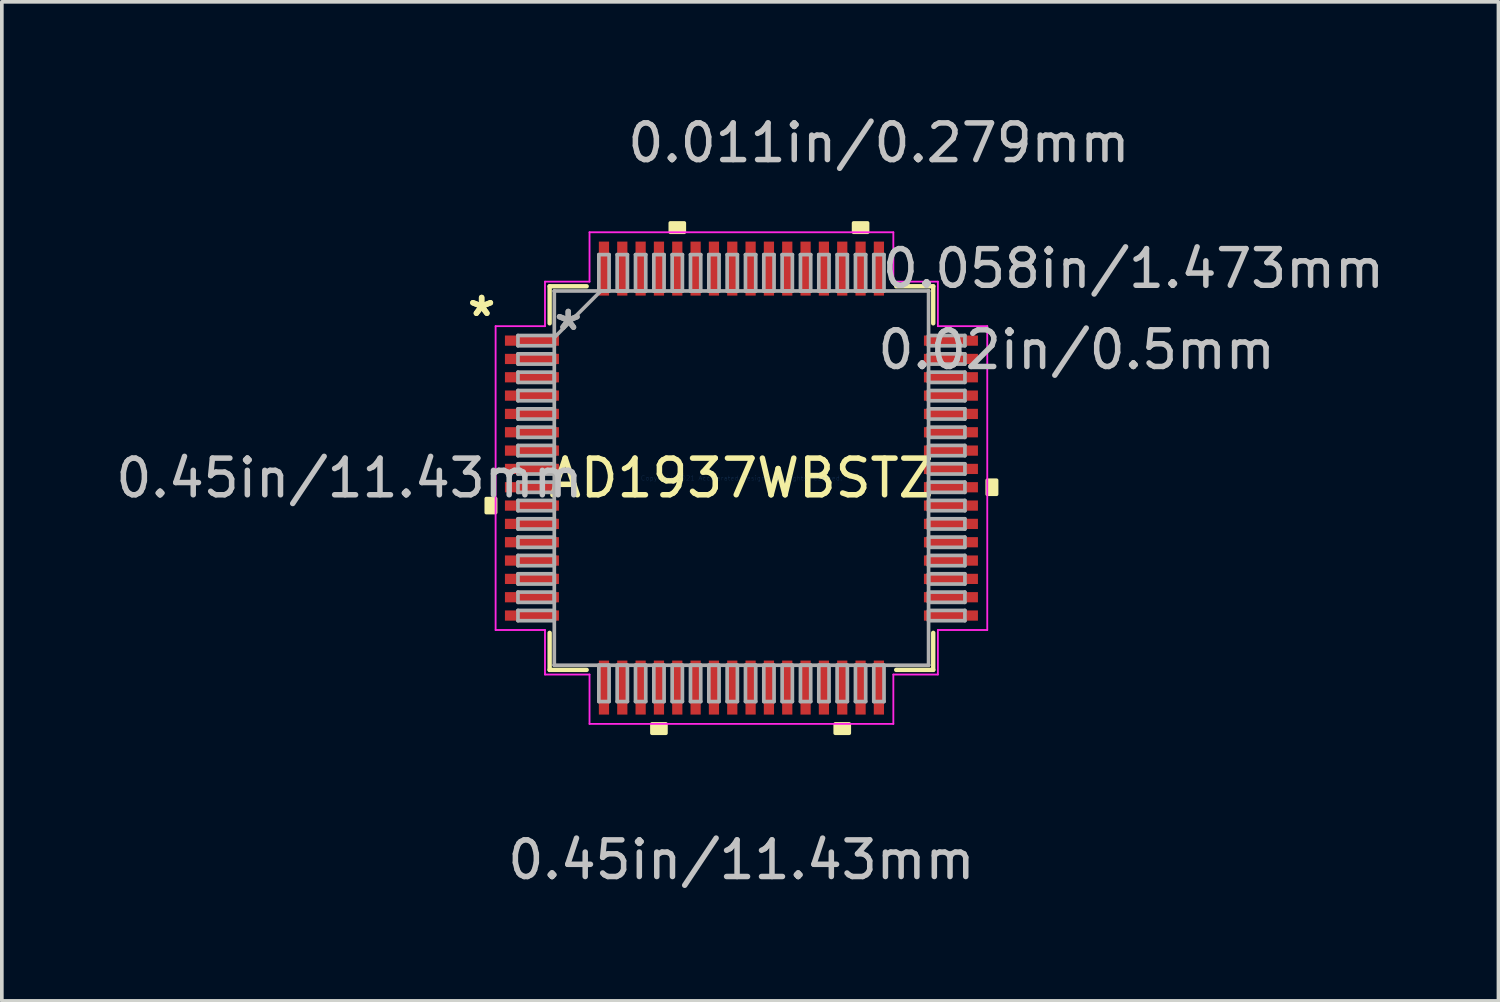
<source format=kicad_pcb>
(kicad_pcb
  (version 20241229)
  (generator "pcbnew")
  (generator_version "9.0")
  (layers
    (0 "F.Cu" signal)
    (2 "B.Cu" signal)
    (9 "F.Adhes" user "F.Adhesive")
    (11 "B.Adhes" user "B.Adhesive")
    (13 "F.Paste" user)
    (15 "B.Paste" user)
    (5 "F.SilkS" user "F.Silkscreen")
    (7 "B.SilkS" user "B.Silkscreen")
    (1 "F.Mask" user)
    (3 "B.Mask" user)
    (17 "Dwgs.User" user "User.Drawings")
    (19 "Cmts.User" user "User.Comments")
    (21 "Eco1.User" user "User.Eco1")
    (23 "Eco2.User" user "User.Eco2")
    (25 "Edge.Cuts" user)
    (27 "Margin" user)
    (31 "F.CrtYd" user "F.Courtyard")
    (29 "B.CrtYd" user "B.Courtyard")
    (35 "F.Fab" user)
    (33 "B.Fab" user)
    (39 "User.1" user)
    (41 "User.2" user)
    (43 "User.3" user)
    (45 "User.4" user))
  (footprint "AD1937WBSTZ"
    (layer "F.Cu")
    (at 17.176 9.992)
    (property "Reference" "AD1937WBSTZ" (at 0 0 0) (layer "F.SilkS") (effects (font (size 1 1) (thickness 0.15))))
    (attr through_hole)
    (fp_line (start -5.232 -5.232) (end -5.232 -4.222) (stroke (width 0.12) (type solid)) (layer "F.SilkS"))
    (fp_line (start -5.232 4.222) (end -5.232 5.232) (stroke (width 0.12) (type solid)) (layer "F.SilkS"))
    (fp_line (start -5.232 5.232) (end -4.222 5.232) (stroke (width 0.12) (type solid)) (layer "F.SilkS"))
    (fp_line (start -4.222 -5.232) (end -5.232 -5.232) (stroke (width 0.12) (type solid)) (layer "F.SilkS"))
    (fp_line (start 4.222 5.232) (end 5.232 5.232) (stroke (width 0.12) (type solid)) (layer "F.SilkS"))
    (fp_line (start 5.232 -5.232) (end 4.222 -5.232) (stroke (width 0.12) (type solid)) (layer "F.SilkS"))
    (fp_line (start 5.232 -4.222) (end 5.232 -5.232) (stroke (width 0.12) (type solid)) (layer "F.SilkS"))
    (fp_line (start 5.232 5.232) (end 5.232 4.222) (stroke (width 0.12) (type solid)) (layer "F.SilkS"))
    (fp_poly (pts (xy -6.96 0.56) (xy -6.96 0.941) (xy -6.706 0.941) (xy -6.706 0.56)) (stroke (width 0.1) (type solid)) (fill yes) (layer "F.SilkS"))
    (fp_poly (pts (xy -2.441 6.706) (xy -2.441 6.96) (xy -2.06 6.96) (xy -2.06 6.706)) (stroke (width 0.1) (type solid)) (fill yes) (layer "F.SilkS"))
    (fp_poly (pts (xy -1.94 -6.706) (xy -1.94 -6.96) (xy -1.559 -6.96) (xy -1.559 -6.706)) (stroke (width 0.1) (type solid)) (fill yes) (layer "F.SilkS"))
    (fp_poly (pts (xy 2.559 6.706) (xy 2.559 6.96) (xy 2.941 6.96) (xy 2.941 6.706)) (stroke (width 0.1) (type solid)) (fill yes) (layer "F.SilkS"))
    (fp_poly (pts (xy 3.06 -6.706) (xy 3.06 -6.96) (xy 3.441 -6.96) (xy 3.441 -6.706)) (stroke (width 0.1) (type solid)) (fill yes) (layer "F.SilkS"))
    (fp_poly (pts (xy 6.96 0.059) (xy 6.96 0.441) (xy 6.706 0.441) (xy 6.706 0.059)) (stroke (width 0.1) (type solid)) (fill yes) (layer "F.SilkS"))
    (fp_line (start -6.706 -4.144) (end -5.359 -4.144) (stroke (width 0.05) (type solid)) (layer "F.CrtYd"))
    (fp_line (start -6.706 4.144) (end -6.706 -4.144) (stroke (width 0.05) (type solid)) (layer "F.CrtYd"))
    (fp_line (start -5.359 -5.359) (end -4.144 -5.359) (stroke (width 0.05) (type solid)) (layer "F.CrtYd"))
    (fp_line (start -5.359 -4.144) (end -5.359 -5.359) (stroke (width 0.05) (type solid)) (layer "F.CrtYd"))
    (fp_line (start -5.359 4.144) (end -6.706 4.144) (stroke (width 0.05) (type solid)) (layer "F.CrtYd"))
    (fp_line (start -5.359 5.359) (end -5.359 4.144) (stroke (width 0.05) (type solid)) (layer "F.CrtYd"))
    (fp_line (start -4.144 -6.706) (end 4.144 -6.706) (stroke (width 0.05) (type solid)) (layer "F.CrtYd"))
    (fp_line (start -4.144 -5.359) (end -4.144 -6.706) (stroke (width 0.05) (type solid)) (layer "F.CrtYd"))
    (fp_line (start -4.144 5.359) (end -5.359 5.359) (stroke (width 0.05) (type solid)) (layer "F.CrtYd"))
    (fp_line (start -4.144 6.706) (end -4.144 5.359) (stroke (width 0.05) (type solid)) (layer "F.CrtYd"))
    (fp_line (start 4.144 -6.706) (end 4.144 -5.359) (stroke (width 0.05) (type solid)) (layer "F.CrtYd"))
    (fp_line (start 4.144 -5.359) (end 5.359 -5.359) (stroke (width 0.05) (type solid)) (layer "F.CrtYd"))
    (fp_line (start 4.144 5.359) (end 4.144 6.706) (stroke (width 0.05) (type solid)) (layer "F.CrtYd"))
    (fp_line (start 4.144 6.706) (end -4.144 6.706) (stroke (width 0.05) (type solid)) (layer "F.CrtYd"))
    (fp_line (start 5.359 -5.359) (end 5.359 -4.144) (stroke (width 0.05) (type solid)) (layer "F.CrtYd"))
    (fp_line (start 5.359 -4.144) (end 6.706 -4.144) (stroke (width 0.05) (type solid)) (layer "F.CrtYd"))
    (fp_line (start 5.359 4.144) (end 5.359 5.359) (stroke (width 0.05) (type solid)) (layer "F.CrtYd"))
    (fp_line (start 5.359 5.359) (end 4.144 5.359) (stroke (width 0.05) (type solid)) (layer "F.CrtYd"))
    (fp_line (start 6.706 -4.144) (end 6.706 4.144) (stroke (width 0.05) (type solid)) (layer "F.CrtYd"))
    (fp_line (start 6.706 4.144) (end 5.359 4.144) (stroke (width 0.05) (type solid)) (layer "F.CrtYd"))
    (fp_line (start -6.096 -3.89) (end -6.096 -3.61) (stroke (width 0.1) (type solid)) (layer "F.Fab"))
    (fp_line (start -6.096 -3.61) (end -5.105 -3.61) (stroke (width 0.1) (type solid)) (layer "F.Fab"))
    (fp_line (start -6.096 -3.39) (end -6.096 -3.11) (stroke (width 0.1) (type solid)) (layer "F.Fab"))
    (fp_line (start -6.096 -3.11) (end -5.105 -3.11) (stroke (width 0.1) (type solid)) (layer "F.Fab"))
    (fp_line (start -6.096 -2.89) (end -6.096 -2.61) (stroke (width 0.1) (type solid)) (layer "F.Fab"))
    (fp_line (start -6.096 -2.61) (end -5.105 -2.61) (stroke (width 0.1) (type solid)) (layer "F.Fab"))
    (fp_line (start -6.096 -2.39) (end -6.096 -2.11) (stroke (width 0.1) (type solid)) (layer "F.Fab"))
    (fp_line (start -6.096 -2.11) (end -5.105 -2.11) (stroke (width 0.1) (type solid)) (layer "F.Fab"))
    (fp_line (start -6.096 -1.89) (end -6.096 -1.61) (stroke (width 0.1) (type solid)) (layer "F.Fab"))
    (fp_line (start -6.096 -1.61) (end -5.105 -1.61) (stroke (width 0.1) (type solid)) (layer "F.Fab"))
    (fp_line (start -6.096 -1.39) (end -6.096 -1.11) (stroke (width 0.1) (type solid)) (layer "F.Fab"))
    (fp_line (start -6.096 -1.11) (end -5.105 -1.11) (stroke (width 0.1) (type solid)) (layer "F.Fab"))
    (fp_line (start -6.096 -0.89) (end -6.096 -0.61) (stroke (width 0.1) (type solid)) (layer "F.Fab"))
    (fp_line (start -6.096 -0.61) (end -5.105 -0.61) (stroke (width 0.1) (type solid)) (layer "F.Fab"))
    (fp_line (start -6.096 -0.39) (end -6.096 -0.11) (stroke (width 0.1) (type solid)) (layer "F.Fab"))
    (fp_line (start -6.096 -0.11) (end -5.105 -0.11) (stroke (width 0.1) (type solid)) (layer "F.Fab"))
    (fp_line (start -6.096 0.11) (end -6.096 0.39) (stroke (width 0.1) (type solid)) (layer "F.Fab"))
    (fp_line (start -6.096 0.39) (end -5.105 0.39) (stroke (width 0.1) (type solid)) (layer "F.Fab"))
    (fp_line (start -6.096 0.61) (end -6.096 0.89) (stroke (width 0.1) (type solid)) (layer "F.Fab"))
    (fp_line (start -6.096 0.89) (end -5.105 0.89) (stroke (width 0.1) (type solid)) (layer "F.Fab"))
    (fp_line (start -6.096 1.11) (end -6.096 1.39) (stroke (width 0.1) (type solid)) (layer "F.Fab"))
    (fp_line (start -6.096 1.39) (end -5.105 1.39) (stroke (width 0.1) (type solid)) (layer "F.Fab"))
    (fp_line (start -6.096 1.61) (end -6.096 1.89) (stroke (width 0.1) (type solid)) (layer "F.Fab"))
    (fp_line (start -6.096 1.89) (end -5.105 1.89) (stroke (width 0.1) (type solid)) (layer "F.Fab"))
    (fp_line (start -6.096 2.11) (end -6.096 2.39) (stroke (width 0.1) (type solid)) (layer "F.Fab"))
    (fp_line (start -6.096 2.39) (end -5.105 2.39) (stroke (width 0.1) (type solid)) (layer "F.Fab"))
    (fp_line (start -6.096 2.61) (end -6.096 2.89) (stroke (width 0.1) (type solid)) (layer "F.Fab"))
    (fp_line (start -6.096 2.89) (end -5.105 2.89) (stroke (width 0.1) (type solid)) (layer "F.Fab"))
    (fp_line (start -6.096 3.11) (end -6.096 3.39) (stroke (width 0.1) (type solid)) (layer "F.Fab"))
    (fp_line (start -6.096 3.39) (end -5.105 3.39) (stroke (width 0.1) (type solid)) (layer "F.Fab"))
    (fp_line (start -6.096 3.61) (end -6.096 3.89) (stroke (width 0.1) (type solid)) (layer "F.Fab"))
    (fp_line (start -6.096 3.89) (end -5.105 3.89) (stroke (width 0.1) (type solid)) (layer "F.Fab"))
    (fp_line (start -5.105 -5.105) (end -5.105 -5.105) (stroke (width 0.1) (type solid)) (layer "F.Fab"))
    (fp_line (start -5.105 -5.105) (end -5.105 5.105) (stroke (width 0.1) (type solid)) (layer "F.Fab"))
    (fp_line (start -5.105 -3.89) (end -6.096 -3.89) (stroke (width 0.1) (type solid)) (layer "F.Fab"))
    (fp_line (start -5.105 -3.835) (end -3.835 -5.105) (stroke (width 0.1) (type solid)) (layer "F.Fab"))
    (fp_line (start -5.105 -3.61) (end -5.105 -3.89) (stroke (width 0.1) (type solid)) (layer "F.Fab"))
    (fp_line (start -5.105 -3.39) (end -6.096 -3.39) (stroke (width 0.1) (type solid)) (layer "F.Fab"))
    (fp_line (start -5.105 -3.11) (end -5.105 -3.39) (stroke (width 0.1) (type solid)) (layer "F.Fab"))
    (fp_line (start -5.105 -2.89) (end -6.096 -2.89) (stroke (width 0.1) (type solid)) (layer "F.Fab"))
    (fp_line (start -5.105 -2.61) (end -5.105 -2.89) (stroke (width 0.1) (type solid)) (layer "F.Fab"))
    (fp_line (start -5.105 -2.39) (end -6.096 -2.39) (stroke (width 0.1) (type solid)) (layer "F.Fab"))
    (fp_line (start -5.105 -2.11) (end -5.105 -2.39) (stroke (width 0.1) (type solid)) (layer "F.Fab"))
    (fp_line (start -5.105 -1.89) (end -6.096 -1.89) (stroke (width 0.1) (type solid)) (layer "F.Fab"))
    (fp_line (start -5.105 -1.61) (end -5.105 -1.89) (stroke (width 0.1) (type solid)) (layer "F.Fab"))
    (fp_line (start -5.105 -1.39) (end -6.096 -1.39) (stroke (width 0.1) (type solid)) (layer "F.Fab"))
    (fp_line (start -5.105 -1.11) (end -5.105 -1.39) (stroke (width 0.1) (type solid)) (layer "F.Fab"))
    (fp_line (start -5.105 -0.89) (end -6.096 -0.89) (stroke (width 0.1) (type solid)) (layer "F.Fab"))
    (fp_line (start -5.105 -0.61) (end -5.105 -0.89) (stroke (width 0.1) (type solid)) (layer "F.Fab"))
    (fp_line (start -5.105 -0.39) (end -6.096 -0.39) (stroke (width 0.1) (type solid)) (layer "F.Fab"))
    (fp_line (start -5.105 -0.11) (end -5.105 -0.39) (stroke (width 0.1) (type solid)) (layer "F.Fab"))
    (fp_line (start -5.105 0.11) (end -6.096 0.11) (stroke (width 0.1) (type solid)) (layer "F.Fab"))
    (fp_line (start -5.105 0.39) (end -5.105 0.11) (stroke (width 0.1) (type solid)) (layer "F.Fab"))
    (fp_line (start -5.105 0.61) (end -6.096 0.61) (stroke (width 0.1) (type solid)) (layer "F.Fab"))
    (fp_line (start -5.105 0.89) (end -5.105 0.61) (stroke (width 0.1) (type solid)) (layer "F.Fab"))
    (fp_line (start -5.105 1.11) (end -6.096 1.11) (stroke (width 0.1) (type solid)) (layer "F.Fab"))
    (fp_line (start -5.105 1.39) (end -5.105 1.11) (stroke (width 0.1) (type solid)) (layer "F.Fab"))
    (fp_line (start -5.105 1.61) (end -6.096 1.61) (stroke (width 0.1) (type solid)) (layer "F.Fab"))
    (fp_line (start -5.105 1.89) (end -5.105 1.61) (stroke (width 0.1) (type solid)) (layer "F.Fab"))
    (fp_line (start -5.105 2.11) (end -6.096 2.11) (stroke (width 0.1) (type solid)) (layer "F.Fab"))
    (fp_line (start -5.105 2.39) (end -5.105 2.11) (stroke (width 0.1) (type solid)) (layer "F.Fab"))
    (fp_line (start -5.105 2.61) (end -6.096 2.61) (stroke (width 0.1) (type solid)) (layer "F.Fab"))
    (fp_line (start -5.105 2.89) (end -5.105 2.61) (stroke (width 0.1) (type solid)) (layer "F.Fab"))
    (fp_line (start -5.105 3.11) (end -6.096 3.11) (stroke (width 0.1) (type solid)) (layer "F.Fab"))
    (fp_line (start -5.105 3.39) (end -5.105 3.11) (stroke (width 0.1) (type solid)) (layer "F.Fab"))
    (fp_line (start -5.105 3.61) (end -6.096 3.61) (stroke (width 0.1) (type solid)) (layer "F.Fab"))
    (fp_line (start -5.105 3.89) (end -5.105 3.61) (stroke (width 0.1) (type solid)) (layer "F.Fab"))
    (fp_line (start -5.105 5.105) (end -5.105 5.105) (stroke (width 0.1) (type solid)) (layer "F.Fab"))
    (fp_line (start -5.105 5.105) (end 5.105 5.105) (stroke (width 0.1) (type solid)) (layer "F.Fab"))
    (fp_line (start -3.89 -6.096) (end -3.89 -5.105) (stroke (width 0.1) (type solid)) (layer "F.Fab"))
    (fp_line (start -3.89 -5.105) (end -3.61 -5.105) (stroke (width 0.1) (type solid)) (layer "F.Fab"))
    (fp_line (start -3.89 5.105) (end -3.89 6.096) (stroke (width 0.1) (type solid)) (layer "F.Fab"))
    (fp_line (start -3.89 6.096) (end -3.61 6.096) (stroke (width 0.1) (type solid)) (layer "F.Fab"))
    (fp_line (start -3.61 -6.096) (end -3.89 -6.096) (stroke (width 0.1) (type solid)) (layer "F.Fab"))
    (fp_line (start -3.61 -5.105) (end -3.61 -6.096) (stroke (width 0.1) (type solid)) (layer "F.Fab"))
    (fp_line (start -3.61 5.105) (end -3.89 5.105) (stroke (width 0.1) (type solid)) (layer "F.Fab"))
    (fp_line (start -3.61 6.096) (end -3.61 5.105) (stroke (width 0.1) (type solid)) (layer "F.Fab"))
    (fp_line (start -3.39 -6.096) (end -3.39 -5.105) (stroke (width 0.1) (type solid)) (layer "F.Fab"))
    (fp_line (start -3.39 -5.105) (end -3.11 -5.105) (stroke (width 0.1) (type solid)) (layer "F.Fab"))
    (fp_line (start -3.39 5.105) (end -3.39 6.096) (stroke (width 0.1) (type solid)) (layer "F.Fab"))
    (fp_line (start -3.39 6.096) (end -3.11 6.096) (stroke (width 0.1) (type solid)) (layer "F.Fab"))
    (fp_line (start -3.11 -6.096) (end -3.39 -6.096) (stroke (width 0.1) (type solid)) (layer "F.Fab"))
    (fp_line (start -3.11 -5.105) (end -3.11 -6.096) (stroke (width 0.1) (type solid)) (layer "F.Fab"))
    (fp_line (start -3.11 5.105) (end -3.39 5.105) (stroke (width 0.1) (type solid)) (layer "F.Fab"))
    (fp_line (start -3.11 6.096) (end -3.11 5.105) (stroke (width 0.1) (type solid)) (layer "F.Fab"))
    (fp_line (start -2.89 -6.096) (end -2.89 -5.105) (stroke (width 0.1) (type solid)) (layer "F.Fab"))
    (fp_line (start -2.89 -5.105) (end -2.61 -5.105) (stroke (width 0.1) (type solid)) (layer "F.Fab"))
    (fp_line (start -2.89 5.105) (end -2.89 6.096) (stroke (width 0.1) (type solid)) (layer "F.Fab"))
    (fp_line (start -2.89 6.096) (end -2.61 6.096) (stroke (width 0.1) (type solid)) (layer "F.Fab"))
    (fp_line (start -2.61 -6.096) (end -2.89 -6.096) (stroke (width 0.1) (type solid)) (layer "F.Fab"))
    (fp_line (start -2.61 -5.105) (end -2.61 -6.096) (stroke (width 0.1) (type solid)) (layer "F.Fab"))
    (fp_line (start -2.61 5.105) (end -2.89 5.105) (stroke (width 0.1) (type solid)) (layer "F.Fab"))
    (fp_line (start -2.61 6.096) (end -2.61 5.105) (stroke (width 0.1) (type solid)) (layer "F.Fab"))
    (fp_line (start -2.39 -6.096) (end -2.39 -5.105) (stroke (width 0.1) (type solid)) (layer "F.Fab"))
    (fp_line (start -2.39 -5.105) (end -2.11 -5.105) (stroke (width 0.1) (type solid)) (layer "F.Fab"))
    (fp_line (start -2.39 5.105) (end -2.39 6.096) (stroke (width 0.1) (type solid)) (layer "F.Fab"))
    (fp_line (start -2.39 6.096) (end -2.11 6.096) (stroke (width 0.1) (type solid)) (layer "F.Fab"))
    (fp_line (start -2.11 -6.096) (end -2.39 -6.096) (stroke (width 0.1) (type solid)) (layer "F.Fab"))
    (fp_line (start -2.11 -5.105) (end -2.11 -6.096) (stroke (width 0.1) (type solid)) (layer "F.Fab"))
    (fp_line (start -2.11 5.105) (end -2.39 5.105) (stroke (width 0.1) (type solid)) (layer "F.Fab"))
    (fp_line (start -2.11 6.096) (end -2.11 5.105) (stroke (width 0.1) (type solid)) (layer "F.Fab"))
    (fp_line (start -1.89 -6.096) (end -1.89 -5.105) (stroke (width 0.1) (type solid)) (layer "F.Fab"))
    (fp_line (start -1.89 -5.105) (end -1.61 -5.105) (stroke (width 0.1) (type solid)) (layer "F.Fab"))
    (fp_line (start -1.89 5.105) (end -1.89 6.096) (stroke (width 0.1) (type solid)) (layer "F.Fab"))
    (fp_line (start -1.89 6.096) (end -1.61 6.096) (stroke (width 0.1) (type solid)) (layer "F.Fab"))
    (fp_line (start -1.61 -6.096) (end -1.89 -6.096) (stroke (width 0.1) (type solid)) (layer "F.Fab"))
    (fp_line (start -1.61 -5.105) (end -1.61 -6.096) (stroke (width 0.1) (type solid)) (layer "F.Fab"))
    (fp_line (start -1.61 5.105) (end -1.89 5.105) (stroke (width 0.1) (type solid)) (layer "F.Fab"))
    (fp_line (start -1.61 6.096) (end -1.61 5.105) (stroke (width 0.1) (type solid)) (layer "F.Fab"))
    (fp_line (start -1.39 -6.096) (end -1.39 -5.105) (stroke (width 0.1) (type solid)) (layer "F.Fab"))
    (fp_line (start -1.39 -5.105) (end -1.11 -5.105) (stroke (width 0.1) (type solid)) (layer "F.Fab"))
    (fp_line (start -1.39 5.105) (end -1.39 6.096) (stroke (width 0.1) (type solid)) (layer "F.Fab"))
    (fp_line (start -1.39 6.096) (end -1.11 6.096) (stroke (width 0.1) (type solid)) (layer "F.Fab"))
    (fp_line (start -1.11 -6.096) (end -1.39 -6.096) (stroke (width 0.1) (type solid)) (layer "F.Fab"))
    (fp_line (start -1.11 -5.105) (end -1.11 -6.096) (stroke (width 0.1) (type solid)) (layer "F.Fab"))
    (fp_line (start -1.11 5.105) (end -1.39 5.105) (stroke (width 0.1) (type solid)) (layer "F.Fab"))
    (fp_line (start -1.11 6.096) (end -1.11 5.105) (stroke (width 0.1) (type solid)) (layer "F.Fab"))
    (fp_line (start -0.89 -6.096) (end -0.89 -5.105) (stroke (width 0.1) (type solid)) (layer "F.Fab"))
    (fp_line (start -0.89 -5.105) (end -0.61 -5.105) (stroke (width 0.1) (type solid)) (layer "F.Fab"))
    (fp_line (start -0.89 5.105) (end -0.89 6.096) (stroke (width 0.1) (type solid)) (layer "F.Fab"))
    (fp_line (start -0.89 6.096) (end -0.61 6.096) (stroke (width 0.1) (type solid)) (layer "F.Fab"))
    (fp_line (start -0.61 -6.096) (end -0.89 -6.096) (stroke (width 0.1) (type solid)) (layer "F.Fab"))
    (fp_line (start -0.61 -5.105) (end -0.61 -6.096) (stroke (width 0.1) (type solid)) (layer "F.Fab"))
    (fp_line (start -0.61 5.105) (end -0.89 5.105) (stroke (width 0.1) (type solid)) (layer "F.Fab"))
    (fp_line (start -0.61 6.096) (end -0.61 5.105) (stroke (width 0.1) (type solid)) (layer "F.Fab"))
    (fp_line (start -0.39 -6.096) (end -0.39 -5.105) (stroke (width 0.1) (type solid)) (layer "F.Fab"))
    (fp_line (start -0.39 -5.105) (end -0.11 -5.105) (stroke (width 0.1) (type solid)) (layer "F.Fab"))
    (fp_line (start -0.39 5.105) (end -0.39 6.096) (stroke (width 0.1) (type solid)) (layer "F.Fab"))
    (fp_line (start -0.39 6.096) (end -0.11 6.096) (stroke (width 0.1) (type solid)) (layer "F.Fab"))
    (fp_line (start -0.11 -6.096) (end -0.39 -6.096) (stroke (width 0.1) (type solid)) (layer "F.Fab"))
    (fp_line (start -0.11 -5.105) (end -0.11 -6.096) (stroke (width 0.1) (type solid)) (layer "F.Fab"))
    (fp_line (start -0.11 5.105) (end -0.39 5.105) (stroke (width 0.1) (type solid)) (layer "F.Fab"))
    (fp_line (start -0.11 6.096) (end -0.11 5.105) (stroke (width 0.1) (type solid)) (layer "F.Fab"))
    (fp_line (start 0.11 -6.096) (end 0.11 -5.105) (stroke (width 0.1) (type solid)) (layer "F.Fab"))
    (fp_line (start 0.11 -5.105) (end 0.39 -5.105) (stroke (width 0.1) (type solid)) (layer "F.Fab"))
    (fp_line (start 0.11 5.105) (end 0.11 6.096) (stroke (width 0.1) (type solid)) (layer "F.Fab"))
    (fp_line (start 0.11 6.096) (end 0.39 6.096) (stroke (width 0.1) (type solid)) (layer "F.Fab"))
    (fp_line (start 0.39 -6.096) (end 0.11 -6.096) (stroke (width 0.1) (type solid)) (layer "F.Fab"))
    (fp_line (start 0.39 -5.105) (end 0.39 -6.096) (stroke (width 0.1) (type solid)) (layer "F.Fab"))
    (fp_line (start 0.39 5.105) (end 0.11 5.105) (stroke (width 0.1) (type solid)) (layer "F.Fab"))
    (fp_line (start 0.39 6.096) (end 0.39 5.105) (stroke (width 0.1) (type solid)) (layer "F.Fab"))
    (fp_line (start 0.61 -6.096) (end 0.61 -5.105) (stroke (width 0.1) (type solid)) (layer "F.Fab"))
    (fp_line (start 0.61 -5.105) (end 0.89 -5.105) (stroke (width 0.1) (type solid)) (layer "F.Fab"))
    (fp_line (start 0.61 5.105) (end 0.61 6.096) (stroke (width 0.1) (type solid)) (layer "F.Fab"))
    (fp_line (start 0.61 6.096) (end 0.89 6.096) (stroke (width 0.1) (type solid)) (layer "F.Fab"))
    (fp_line (start 0.89 -6.096) (end 0.61 -6.096) (stroke (width 0.1) (type solid)) (layer "F.Fab"))
    (fp_line (start 0.89 -5.105) (end 0.89 -6.096) (stroke (width 0.1) (type solid)) (layer "F.Fab"))
    (fp_line (start 0.89 5.105) (end 0.61 5.105) (stroke (width 0.1) (type solid)) (layer "F.Fab"))
    (fp_line (start 0.89 6.096) (end 0.89 5.105) (stroke (width 0.1) (type solid)) (layer "F.Fab"))
    (fp_line (start 1.11 -6.096) (end 1.11 -5.105) (stroke (width 0.1) (type solid)) (layer "F.Fab"))
    (fp_line (start 1.11 -5.105) (end 1.39 -5.105) (stroke (width 0.1) (type solid)) (layer "F.Fab"))
    (fp_line (start 1.11 5.105) (end 1.11 6.096) (stroke (width 0.1) (type solid)) (layer "F.Fab"))
    (fp_line (start 1.11 6.096) (end 1.39 6.096) (stroke (width 0.1) (type solid)) (layer "F.Fab"))
    (fp_line (start 1.39 -6.096) (end 1.11 -6.096) (stroke (width 0.1) (type solid)) (layer "F.Fab"))
    (fp_line (start 1.39 -5.105) (end 1.39 -6.096) (stroke (width 0.1) (type solid)) (layer "F.Fab"))
    (fp_line (start 1.39 5.105) (end 1.11 5.105) (stroke (width 0.1) (type solid)) (layer "F.Fab"))
    (fp_line (start 1.39 6.096) (end 1.39 5.105) (stroke (width 0.1) (type solid)) (layer "F.Fab"))
    (fp_line (start 1.61 -6.096) (end 1.61 -5.105) (stroke (width 0.1) (type solid)) (layer "F.Fab"))
    (fp_line (start 1.61 -5.105) (end 1.89 -5.105) (stroke (width 0.1) (type solid)) (layer "F.Fab"))
    (fp_line (start 1.61 5.105) (end 1.61 6.096) (stroke (width 0.1) (type solid)) (layer "F.Fab"))
    (fp_line (start 1.61 6.096) (end 1.89 6.096) (stroke (width 0.1) (type solid)) (layer "F.Fab"))
    (fp_line (start 1.89 -6.096) (end 1.61 -6.096) (stroke (width 0.1) (type solid)) (layer "F.Fab"))
    (fp_line (start 1.89 -5.105) (end 1.89 -6.096) (stroke (width 0.1) (type solid)) (layer "F.Fab"))
    (fp_line (start 1.89 5.105) (end 1.61 5.105) (stroke (width 0.1) (type solid)) (layer "F.Fab"))
    (fp_line (start 1.89 6.096) (end 1.89 5.105) (stroke (width 0.1) (type solid)) (layer "F.Fab"))
    (fp_line (start 2.11 -6.096) (end 2.11 -5.105) (stroke (width 0.1) (type solid)) (layer "F.Fab"))
    (fp_line (start 2.11 -5.105) (end 2.39 -5.105) (stroke (width 0.1) (type solid)) (layer "F.Fab"))
    (fp_line (start 2.11 5.105) (end 2.11 6.096) (stroke (width 0.1) (type solid)) (layer "F.Fab"))
    (fp_line (start 2.11 6.096) (end 2.39 6.096) (stroke (width 0.1) (type solid)) (layer "F.Fab"))
    (fp_line (start 2.39 -6.096) (end 2.11 -6.096) (stroke (width 0.1) (type solid)) (layer "F.Fab"))
    (fp_line (start 2.39 -5.105) (end 2.39 -6.096) (stroke (width 0.1) (type solid)) (layer "F.Fab"))
    (fp_line (start 2.39 5.105) (end 2.11 5.105) (stroke (width 0.1) (type solid)) (layer "F.Fab"))
    (fp_line (start 2.39 6.096) (end 2.39 5.105) (stroke (width 0.1) (type solid)) (layer "F.Fab"))
    (fp_line (start 2.61 -6.096) (end 2.61 -5.105) (stroke (width 0.1) (type solid)) (layer "F.Fab"))
    (fp_line (start 2.61 -5.105) (end 2.89 -5.105) (stroke (width 0.1) (type solid)) (layer "F.Fab"))
    (fp_line (start 2.61 5.105) (end 2.61 6.096) (stroke (width 0.1) (type solid)) (layer "F.Fab"))
    (fp_line (start 2.61 6.096) (end 2.89 6.096) (stroke (width 0.1) (type solid)) (layer "F.Fab"))
    (fp_line (start 2.89 -6.096) (end 2.61 -6.096) (stroke (width 0.1) (type solid)) (layer "F.Fab"))
    (fp_line (start 2.89 -5.105) (end 2.89 -6.096) (stroke (width 0.1) (type solid)) (layer "F.Fab"))
    (fp_line (start 2.89 5.105) (end 2.61 5.105) (stroke (width 0.1) (type solid)) (layer "F.Fab"))
    (fp_line (start 2.89 6.096) (end 2.89 5.105) (stroke (width 0.1) (type solid)) (layer "F.Fab"))
    (fp_line (start 3.11 -6.096) (end 3.11 -5.105) (stroke (width 0.1) (type solid)) (layer "F.Fab"))
    (fp_line (start 3.11 -5.105) (end 3.39 -5.105) (stroke (width 0.1) (type solid)) (layer "F.Fab"))
    (fp_line (start 3.11 5.105) (end 3.11 6.096) (stroke (width 0.1) (type solid)) (layer "F.Fab"))
    (fp_line (start 3.11 6.096) (end 3.39 6.096) (stroke (width 0.1) (type solid)) (layer "F.Fab"))
    (fp_line (start 3.39 -6.096) (end 3.11 -6.096) (stroke (width 0.1) (type solid)) (layer "F.Fab"))
    (fp_line (start 3.39 -5.105) (end 3.39 -6.096) (stroke (width 0.1) (type solid)) (layer "F.Fab"))
    (fp_line (start 3.39 5.105) (end 3.11 5.105) (stroke (width 0.1) (type solid)) (layer "F.Fab"))
    (fp_line (start 3.39 6.096) (end 3.39 5.105) (stroke (width 0.1) (type solid)) (layer "F.Fab"))
    (fp_line (start 3.61 -6.096) (end 3.61 -5.105) (stroke (width 0.1) (type solid)) (layer "F.Fab"))
    (fp_line (start 3.61 -5.105) (end 3.89 -5.105) (stroke (width 0.1) (type solid)) (layer "F.Fab"))
    (fp_line (start 3.61 5.105) (end 3.61 6.096) (stroke (width 0.1) (type solid)) (layer "F.Fab"))
    (fp_line (start 3.61 6.096) (end 3.89 6.096) (stroke (width 0.1) (type solid)) (layer "F.Fab"))
    (fp_line (start 3.89 -6.096) (end 3.61 -6.096) (stroke (width 0.1) (type solid)) (layer "F.Fab"))
    (fp_line (start 3.89 -5.105) (end 3.89 -6.096) (stroke (width 0.1) (type solid)) (layer "F.Fab"))
    (fp_line (start 3.89 5.105) (end 3.61 5.105) (stroke (width 0.1) (type solid)) (layer "F.Fab"))
    (fp_line (start 3.89 6.096) (end 3.89 5.105) (stroke (width 0.1) (type solid)) (layer "F.Fab"))
    (fp_line (start 5.105 -5.105) (end -5.105 -5.105) (stroke (width 0.1) (type solid)) (layer "F.Fab"))
    (fp_line (start 5.105 -5.105) (end 5.105 -5.105) (stroke (width 0.1) (type solid)) (layer "F.Fab"))
    (fp_line (start 5.105 -3.89) (end 5.105 -3.61) (stroke (width 0.1) (type solid)) (layer "F.Fab"))
    (fp_line (start 5.105 -3.61) (end 6.096 -3.61) (stroke (width 0.1) (type solid)) (layer "F.Fab"))
    (fp_line (start 5.105 -3.39) (end 5.105 -3.11) (stroke (width 0.1) (type solid)) (layer "F.Fab"))
    (fp_line (start 5.105 -3.11) (end 6.096 -3.11) (stroke (width 0.1) (type solid)) (layer "F.Fab"))
    (fp_line (start 5.105 -2.89) (end 5.105 -2.61) (stroke (width 0.1) (type solid)) (layer "F.Fab"))
    (fp_line (start 5.105 -2.61) (end 6.096 -2.61) (stroke (width 0.1) (type solid)) (layer "F.Fab"))
    (fp_line (start 5.105 -2.39) (end 5.105 -2.11) (stroke (width 0.1) (type solid)) (layer "F.Fab"))
    (fp_line (start 5.105 -2.11) (end 6.096 -2.11) (stroke (width 0.1) (type solid)) (layer "F.Fab"))
    (fp_line (start 5.105 -1.89) (end 5.105 -1.61) (stroke (width 0.1) (type solid)) (layer "F.Fab"))
    (fp_line (start 5.105 -1.61) (end 6.096 -1.61) (stroke (width 0.1) (type solid)) (layer "F.Fab"))
    (fp_line (start 5.105 -1.39) (end 5.105 -1.11) (stroke (width 0.1) (type solid)) (layer "F.Fab"))
    (fp_line (start 5.105 -1.11) (end 6.096 -1.11) (stroke (width 0.1) (type solid)) (layer "F.Fab"))
    (fp_line (start 5.105 -0.89) (end 5.105 -0.61) (stroke (width 0.1) (type solid)) (layer "F.Fab"))
    (fp_line (start 5.105 -0.61) (end 6.096 -0.61) (stroke (width 0.1) (type solid)) (layer "F.Fab"))
    (fp_line (start 5.105 -0.39) (end 5.105 -0.11) (stroke (width 0.1) (type solid)) (layer "F.Fab"))
    (fp_line (start 5.105 -0.11) (end 6.096 -0.11) (stroke (width 0.1) (type solid)) (layer "F.Fab"))
    (fp_line (start 5.105 0.11) (end 5.105 0.39) (stroke (width 0.1) (type solid)) (layer "F.Fab"))
    (fp_line (start 5.105 0.39) (end 6.096 0.39) (stroke (width 0.1) (type solid)) (layer "F.Fab"))
    (fp_line (start 5.105 0.61) (end 5.105 0.89) (stroke (width 0.1) (type solid)) (layer "F.Fab"))
    (fp_line (start 5.105 0.89) (end 6.096 0.89) (stroke (width 0.1) (type solid)) (layer "F.Fab"))
    (fp_line (start 5.105 1.11) (end 5.105 1.39) (stroke (width 0.1) (type solid)) (layer "F.Fab"))
    (fp_line (start 5.105 1.39) (end 6.096 1.39) (stroke (width 0.1) (type solid)) (layer "F.Fab"))
    (fp_line (start 5.105 1.61) (end 5.105 1.89) (stroke (width 0.1) (type solid)) (layer "F.Fab"))
    (fp_line (start 5.105 1.89) (end 6.096 1.89) (stroke (width 0.1) (type solid)) (layer "F.Fab"))
    (fp_line (start 5.105 2.11) (end 5.105 2.39) (stroke (width 0.1) (type solid)) (layer "F.Fab"))
    (fp_line (start 5.105 2.39) (end 6.096 2.39) (stroke (width 0.1) (type solid)) (layer "F.Fab"))
    (fp_line (start 5.105 2.61) (end 5.105 2.89) (stroke (width 0.1) (type solid)) (layer "F.Fab"))
    (fp_line (start 5.105 2.89) (end 6.096 2.89) (stroke (width 0.1) (type solid)) (layer "F.Fab"))
    (fp_line (start 5.105 3.11) (end 5.105 3.39) (stroke (width 0.1) (type solid)) (layer "F.Fab"))
    (fp_line (start 5.105 3.39) (end 6.096 3.39) (stroke (width 0.1) (type solid)) (layer "F.Fab"))
    (fp_line (start 5.105 3.61) (end 5.105 3.89) (stroke (width 0.1) (type solid)) (layer "F.Fab"))
    (fp_line (start 5.105 3.89) (end 6.096 3.89) (stroke (width 0.1) (type solid)) (layer "F.Fab"))
    (fp_line (start 5.105 5.105) (end 5.105 -5.105) (stroke (width 0.1) (type solid)) (layer "F.Fab"))
    (fp_line (start 5.105 5.105) (end 5.105 5.105) (stroke (width 0.1) (type solid)) (layer "F.Fab"))
    (fp_line (start 6.096 -3.89) (end 5.105 -3.89) (stroke (width 0.1) (type solid)) (layer "F.Fab"))
    (fp_line (start 6.096 -3.61) (end 6.096 -3.89) (stroke (width 0.1) (type solid)) (layer "F.Fab"))
    (fp_line (start 6.096 -3.39) (end 5.105 -3.39) (stroke (width 0.1) (type solid)) (layer "F.Fab"))
    (fp_line (start 6.096 -3.11) (end 6.096 -3.39) (stroke (width 0.1) (type solid)) (layer "F.Fab"))
    (fp_line (start 6.096 -2.89) (end 5.105 -2.89) (stroke (width 0.1) (type solid)) (layer "F.Fab"))
    (fp_line (start 6.096 -2.61) (end 6.096 -2.89) (stroke (width 0.1) (type solid)) (layer "F.Fab"))
    (fp_line (start 6.096 -2.39) (end 5.105 -2.39) (stroke (width 0.1) (type solid)) (layer "F.Fab"))
    (fp_line (start 6.096 -2.11) (end 6.096 -2.39) (stroke (width 0.1) (type solid)) (layer "F.Fab"))
    (fp_line (start 6.096 -1.89) (end 5.105 -1.89) (stroke (width 0.1) (type solid)) (layer "F.Fab"))
    (fp_line (start 6.096 -1.61) (end 6.096 -1.89) (stroke (width 0.1) (type solid)) (layer "F.Fab"))
    (fp_line (start 6.096 -1.39) (end 5.105 -1.39) (stroke (width 0.1) (type solid)) (layer "F.Fab"))
    (fp_line (start 6.096 -1.11) (end 6.096 -1.39) (stroke (width 0.1) (type solid)) (layer "F.Fab"))
    (fp_line (start 6.096 -0.89) (end 5.105 -0.89) (stroke (width 0.1) (type solid)) (layer "F.Fab"))
    (fp_line (start 6.096 -0.61) (end 6.096 -0.89) (stroke (width 0.1) (type solid)) (layer "F.Fab"))
    (fp_line (start 6.096 -0.39) (end 5.105 -0.39) (stroke (width 0.1) (type solid)) (layer "F.Fab"))
    (fp_line (start 6.096 -0.11) (end 6.096 -0.39) (stroke (width 0.1) (type solid)) (layer "F.Fab"))
    (fp_line (start 6.096 0.11) (end 5.105 0.11) (stroke (width 0.1) (type solid)) (layer "F.Fab"))
    (fp_line (start 6.096 0.39) (end 6.096 0.11) (stroke (width 0.1) (type solid)) (layer "F.Fab"))
    (fp_line (start 6.096 0.61) (end 5.105 0.61) (stroke (width 0.1) (type solid)) (layer "F.Fab"))
    (fp_line (start 6.096 0.89) (end 6.096 0.61) (stroke (width 0.1) (type solid)) (layer "F.Fab"))
    (fp_line (start 6.096 1.11) (end 5.105 1.11) (stroke (width 0.1) (type solid)) (layer "F.Fab"))
    (fp_line (start 6.096 1.39) (end 6.096 1.11) (stroke (width 0.1) (type solid)) (layer "F.Fab"))
    (fp_line (start 6.096 1.61) (end 5.105 1.61) (stroke (width 0.1) (type solid)) (layer "F.Fab"))
    (fp_line (start 6.096 1.89) (end 6.096 1.61) (stroke (width 0.1) (type solid)) (layer "F.Fab"))
    (fp_line (start 6.096 2.11) (end 5.105 2.11) (stroke (width 0.1) (type solid)) (layer "F.Fab"))
    (fp_line (start 6.096 2.39) (end 6.096 2.11) (stroke (width 0.1) (type solid)) (layer "F.Fab"))
    (fp_line (start 6.096 2.61) (end 5.105 2.61) (stroke (width 0.1) (type solid)) (layer "F.Fab"))
    (fp_line (start 6.096 2.89) (end 6.096 2.61) (stroke (width 0.1) (type solid)) (layer "F.Fab"))
    (fp_line (start 6.096 3.11) (end 5.105 3.11) (stroke (width 0.1) (type solid)) (layer "F.Fab"))
    (fp_line (start 6.096 3.39) (end 6.096 3.11) (stroke (width 0.1) (type solid)) (layer "F.Fab"))
    (fp_line (start 6.096 3.61) (end 5.105 3.61) (stroke (width 0.1) (type solid)) (layer "F.Fab"))
    (fp_line (start 6.096 3.89) (end 6.096 3.61) (stroke (width 0.1) (type solid)) (layer "F.Fab"))
    (fp_text user "*" (at -7.087 -4.381 0) (layer "F.SilkS") (effects (font (size 1 1) (thickness 0.15))))
    (fp_text user "*" (at -7.087 -4.381 0) (layer "F.SilkS") (effects (font (size 1 1) (thickness 0.15))))
    (fp_text user "0.02in/0.5mm" (at 9.144 -3.5 0) (layer "Dwgs.User") (effects (font (size 1 1) (thickness 0.15))))
    (fp_text user "0.45in/11.43mm" (at 0 10.414 0) (layer "Dwgs.User") (effects (font (size 1 1) (thickness 0.15))))
    (fp_text user "0.058in/1.473mm" (at 10.693 -5.715 0) (layer "Dwgs.User") (effects (font (size 1 1) (thickness 0.15))))
    (fp_text user "0.011in/0.279mm" (at 3.75 -9.144 0) (layer "Dwgs.User") (effects (font (size 1 1) (thickness 0.15))))
    (fp_text user "0.45in/11.43mm" (at -10.693 0 0) (layer "Dwgs.User") (effects (font (size 1 1) (thickness 0.15))))
    (fp_text user "Copyright 2021 Accelerated Designs. All rights reserved." (at 0 0 0) (layer "Cmts.User") (effects (font (size 0.127 0.127) (thickness 0.002))))
    (fp_text user "*" (at -4.724 -4 0) (layer "F.Fab") (effects (font (size 1 1) (thickness 0.15))))
    (fp_text user "*" (at -4.724 -4 0) (layer "F.Fab") (effects (font (size 1 1) (thickness 0.15))))
    (pad "1" smd rect (at -5.715 -3.75 90) (size 0.279 1.473) (layers "F.Cu" "F.Mask" "F.Paste"))
    (pad "2" smd rect (at -5.715 -3.25 90) (size 0.279 1.473) (layers "F.Cu" "F.Mask" "F.Paste"))
    (pad "3" smd rect (at -5.715 -2.75 90) (size 0.279 1.473) (layers "F.Cu" "F.Mask" "F.Paste"))
    (pad "4" smd rect (at -5.715 -2.25 90) (size 0.279 1.473) (layers "F.Cu" "F.Mask" "F.Paste"))
    (pad "5" smd rect (at -5.715 -1.75 90) (size 0.279 1.473) (layers "F.Cu" "F.Mask" "F.Paste"))
    (pad "6" smd rect (at -5.715 -1.25 90) (size 0.279 1.473) (layers "F.Cu" "F.Mask" "F.Paste"))
    (pad "7" smd rect (at -5.715 -0.75 90) (size 0.279 1.473) (layers "F.Cu" "F.Mask" "F.Paste"))
    (pad "8" smd rect (at -5.715 -0.25 90) (size 0.279 1.473) (layers "F.Cu" "F.Mask" "F.Paste"))
    (pad "9" smd rect (at -5.715 0.25 90) (size 0.279 1.473) (layers "F.Cu" "F.Mask" "F.Paste"))
    (pad "10" smd rect (at -5.715 0.75 90) (size 0.279 1.473) (layers "F.Cu" "F.Mask" "F.Paste"))
    (pad "11" smd rect (at -5.715 1.25 90) (size 0.279 1.473) (layers "F.Cu" "F.Mask" "F.Paste"))
    (pad "12" smd rect (at -5.715 1.75 90) (size 0.279 1.473) (layers "F.Cu" "F.Mask" "F.Paste"))
    (pad "13" smd rect (at -5.715 2.25 90) (size 0.279 1.473) (layers "F.Cu" "F.Mask" "F.Paste"))
    (pad "14" smd rect (at -5.715 2.75 90) (size 0.279 1.473) (layers "F.Cu" "F.Mask" "F.Paste"))
    (pad "15" smd rect (at -5.715 3.25 90) (size 0.279 1.473) (layers "F.Cu" "F.Mask" "F.Paste"))
    (pad "16" smd rect (at -5.715 3.75 90) (size 0.279 1.473) (layers "F.Cu" "F.Mask" "F.Paste"))
    (pad "17" smd rect (at -3.75 5.715) (size 0.279 1.473) (layers "F.Cu" "F.Mask" "F.Paste"))
    (pad "18" smd rect (at -3.25 5.715) (size 0.279 1.473) (layers "F.Cu" "F.Mask" "F.Paste"))
    (pad "19" smd rect (at -2.75 5.715) (size 0.279 1.473) (layers "F.Cu" "F.Mask" "F.Paste"))
    (pad "20" smd rect (at -2.25 5.715) (size 0.279 1.473) (layers "F.Cu" "F.Mask" "F.Paste"))
    (pad "21" smd rect (at -1.75 5.715) (size 0.279 1.473) (layers "F.Cu" "F.Mask" "F.Paste"))
    (pad "22" smd rect (at -1.25 5.715) (size 0.279 1.473) (layers "F.Cu" "F.Mask" "F.Paste"))
    (pad "23" smd rect (at -0.75 5.715) (size 0.279 1.473) (layers "F.Cu" "F.Mask" "F.Paste"))
    (pad "24" smd rect (at -0.25 5.715) (size 0.279 1.473) (layers "F.Cu" "F.Mask" "F.Paste"))
    (pad "25" smd rect (at 0.25 5.715) (size 0.279 1.473) (layers "F.Cu" "F.Mask" "F.Paste"))
    (pad "26" smd rect (at 0.75 5.715) (size 0.279 1.473) (layers "F.Cu" "F.Mask" "F.Paste"))
    (pad "27" smd rect (at 1.25 5.715) (size 0.279 1.473) (layers "F.Cu" "F.Mask" "F.Paste"))
    (pad "28" smd rect (at 1.75 5.715) (size 0.279 1.473) (layers "F.Cu" "F.Mask" "F.Paste"))
    (pad "29" smd rect (at 2.25 5.715) (size 0.279 1.473) (layers "F.Cu" "F.Mask" "F.Paste"))
    (pad "30" smd rect (at 2.75 5.715) (size 0.279 1.473) (layers "F.Cu" "F.Mask" "F.Paste"))
    (pad "31" smd rect (at 3.25 5.715) (size 0.279 1.473) (layers "F.Cu" "F.Mask" "F.Paste"))
    (pad "32" smd rect (at 3.75 5.715) (size 0.279 1.473) (layers "F.Cu" "F.Mask" "F.Paste"))
    (pad "33" smd rect (at 5.715 3.75 90) (size 0.279 1.473) (layers "F.Cu" "F.Mask" "F.Paste"))
    (pad "34" smd rect (at 5.715 3.25 90) (size 0.279 1.473) (layers "F.Cu" "F.Mask" "F.Paste"))
    (pad "35" smd rect (at 5.715 2.75 90) (size 0.279 1.473) (layers "F.Cu" "F.Mask" "F.Paste"))
    (pad "36" smd rect (at 5.715 2.25 90) (size 0.279 1.473) (layers "F.Cu" "F.Mask" "F.Paste"))
    (pad "37" smd rect (at 5.715 1.75 90) (size 0.279 1.473) (layers "F.Cu" "F.Mask" "F.Paste"))
    (pad "38" smd rect (at 5.715 1.25 90) (size 0.279 1.473) (layers "F.Cu" "F.Mask" "F.Paste"))
    (pad "39" smd rect (at 5.715 0.75 90) (size 0.279 1.473) (layers "F.Cu" "F.Mask" "F.Paste"))
    (pad "40" smd rect (at 5.715 0.25 90) (size 0.279 1.473) (layers "F.Cu" "F.Mask" "F.Paste"))
    (pad "41" smd rect (at 5.715 -0.25 90) (size 0.279 1.473) (layers "F.Cu" "F.Mask" "F.Paste"))
    (pad "42" smd rect (at 5.715 -0.75 90) (size 0.279 1.473) (layers "F.Cu" "F.Mask" "F.Paste"))
    (pad "43" smd rect (at 5.715 -1.25 90) (size 0.279 1.473) (layers "F.Cu" "F.Mask" "F.Paste"))
    (pad "44" smd rect (at 5.715 -1.75 90) (size 0.279 1.473) (layers "F.Cu" "F.Mask" "F.Paste"))
    (pad "45" smd rect (at 5.715 -2.25 90) (size 0.279 1.473) (layers "F.Cu" "F.Mask" "F.Paste"))
    (pad "46" smd rect (at 5.715 -2.75 90) (size 0.279 1.473) (layers "F.Cu" "F.Mask" "F.Paste"))
    (pad "47" smd rect (at 5.715 -3.25 90) (size 0.279 1.473) (layers "F.Cu" "F.Mask" "F.Paste"))
    (pad "48" smd rect (at 5.715 -3.75 90) (size 0.279 1.473) (layers "F.Cu" "F.Mask" "F.Paste"))
    (pad "49" smd rect (at 3.75 -5.715) (size 0.279 1.473) (layers "F.Cu" "F.Mask" "F.Paste"))
    (pad "50" smd rect (at 3.25 -5.715) (size 0.279 1.473) (layers "F.Cu" "F.Mask" "F.Paste"))
    (pad "51" smd rect (at 2.75 -5.715) (size 0.279 1.473) (layers "F.Cu" "F.Mask" "F.Paste"))
    (pad "52" smd rect (at 2.25 -5.715) (size 0.279 1.473) (layers "F.Cu" "F.Mask" "F.Paste"))
    (pad "53" smd rect (at 1.75 -5.715) (size 0.279 1.473) (layers "F.Cu" "F.Mask" "F.Paste"))
    (pad "54" smd rect (at 1.25 -5.715) (size 0.279 1.473) (layers "F.Cu" "F.Mask" "F.Paste"))
    (pad "55" smd rect (at 0.75 -5.715) (size 0.279 1.473) (layers "F.Cu" "F.Mask" "F.Paste"))
    (pad "56" smd rect (at 0.25 -5.715) (size 0.279 1.473) (layers "F.Cu" "F.Mask" "F.Paste"))
    (pad "57" smd rect (at -0.25 -5.715) (size 0.279 1.473) (layers "F.Cu" "F.Mask" "F.Paste"))
    (pad "58" smd rect (at -0.75 -5.715) (size 0.279 1.473) (layers "F.Cu" "F.Mask" "F.Paste"))
    (pad "59" smd rect (at -1.25 -5.715) (size 0.279 1.473) (layers "F.Cu" "F.Mask" "F.Paste"))
    (pad "60" smd rect (at -1.75 -5.715) (size 0.279 1.473) (layers "F.Cu" "F.Mask" "F.Paste"))
    (pad "61" smd rect (at -2.25 -5.715) (size 0.279 1.473) (layers "F.Cu" "F.Mask" "F.Paste"))
    (pad "62" smd rect (at -2.75 -5.715) (size 0.279 1.473) (layers "F.Cu" "F.Mask" "F.Paste"))
    (pad "63" smd rect (at -3.25 -5.715) (size 0.279 1.473) (layers "F.Cu" "F.Mask" "F.Paste"))
    (pad "64" smd rect (at -3.75 -5.715) (size 0.279 1.473) (layers "F.Cu" "F.Mask" "F.Paste")))
  (gr_rect
    (start -3 -3)
    (end 37.827 24.255)
    (stroke (width 0.1) (type default))
    (fill no)
    (layer "Edge.Cuts")))
</source>
